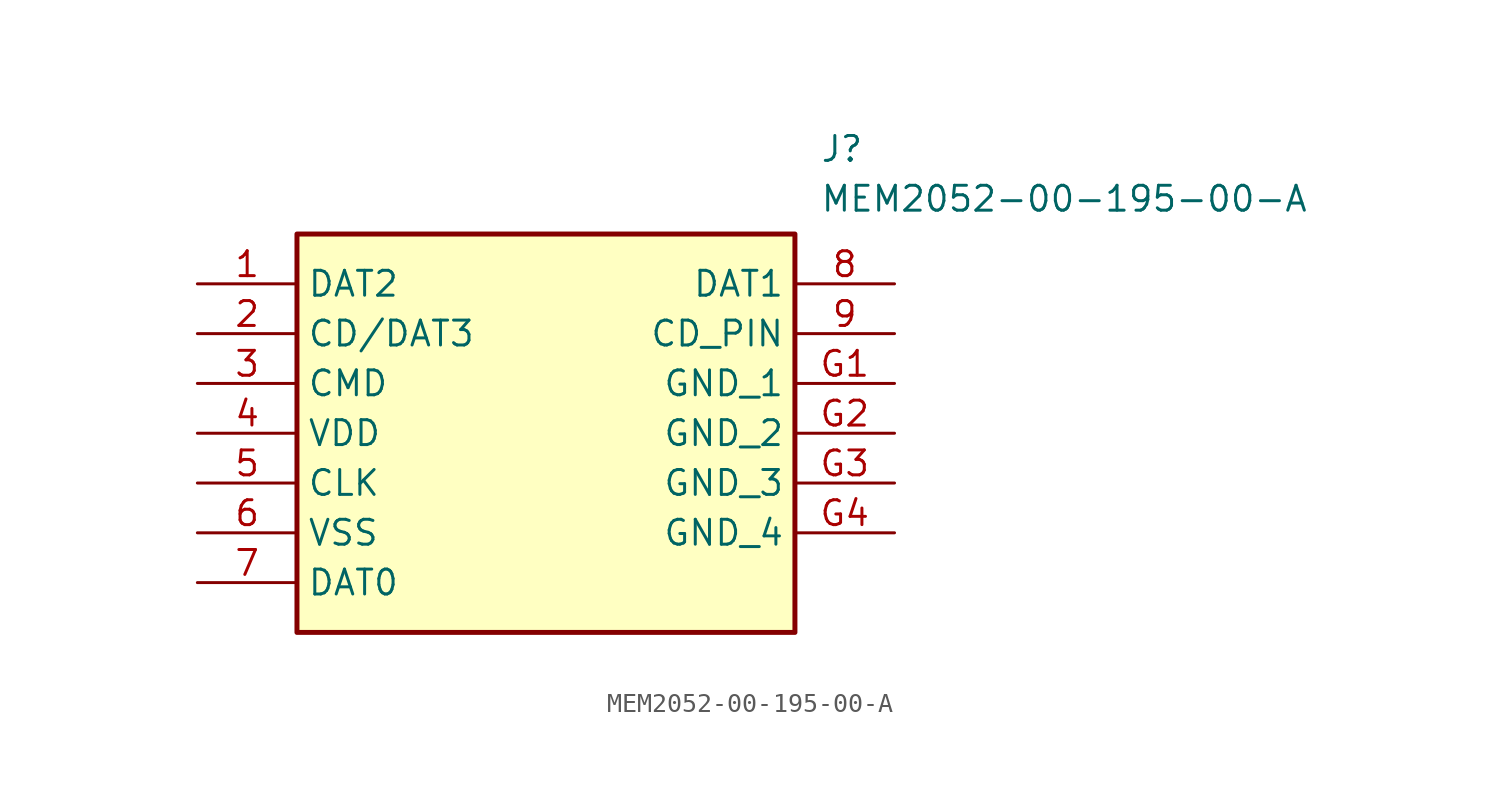
<source format=kicad_sym>
(kicad_symbol_lib
  (version 20211014)
  (generator SamacSys_ECAD_Model)
  (symbol "MEM2052-00-195-00-A"
    (property "Reference" "J"
      (at 31.75 7.62 0)
      (effects (font (size 1.27 1.27)) (justify left top)))
    (property "Value" "MEM2052-00-195-00-A"
      (at 31.75 5.08 0)
      (effects (font (size 1.27 1.27)) (justify left top)))
    (rectangle
      (start 5.08 2.54)
      (end 30.48 -17.78)
      (stroke (width 0.254) (type default))
      (fill (type background)))
    (pin passive line
      (at 0 0 0)
      (length 5.08)
      (name "DAT2" (effects (font (size 1.27 1.27))))
      (number "1" (effects (font (size 1.27 1.27)))))
    (pin passive line
      (at 0 -2.54 0)
      (length 5.08)
      (name "CD/DAT3" (effects (font (size 1.27 1.27))))
      (number "2" (effects (font (size 1.27 1.27)))))
    (pin passive line
      (at 0 -5.08 0)
      (length 5.08)
      (name "CMD" (effects (font (size 1.27 1.27))))
      (number "3" (effects (font (size 1.27 1.27)))))
    (pin passive line
      (at 0 -7.62 0)
      (length 5.08)
      (name "VDD" (effects (font (size 1.27 1.27))))
      (number "4" (effects (font (size 1.27 1.27)))))
    (pin passive line
      (at 0 -10.16 0)
      (length 5.08)
      (name "CLK" (effects (font (size 1.27 1.27))))
      (number "5" (effects (font (size 1.27 1.27)))))
    (pin passive line
      (at 0 -12.7 0)
      (length 5.08)
      (name "VSS" (effects (font (size 1.27 1.27))))
      (number "6" (effects (font (size 1.27 1.27)))))
    (pin passive line
      (at 0 -15.24 0)
      (length 5.08)
      (name "DAT0" (effects (font (size 1.27 1.27))))
      (number "7" (effects (font (size 1.27 1.27)))))
    (pin passive line
      (at 35.56 0 180)
      (length 5.08)
      (name "DAT1" (effects (font (size 1.27 1.27))))
      (number "8" (effects (font (size 1.27 1.27)))))
    (pin passive line
      (at 35.56 -2.54 180)
      (length 5.08)
      (name "CD_PIN" (effects (font (size 1.27 1.27))))
      (number "9" (effects (font (size 1.27 1.27)))))
    (pin passive line
      (at 35.56 -5.08 180)
      (length 5.08)
      (name "GND_1" (effects (font (size 1.27 1.27))))
      (number "G1" (effects (font (size 1.27 1.27)))))
    (pin passive line
      (at 35.56 -7.62 180)
      (length 5.08)
      (name "GND_2" (effects (font (size 1.27 1.27))))
      (number "G2" (effects (font (size 1.27 1.27)))))
    (pin passive line
      (at 35.56 -10.16 180)
      (length 5.08)
      (name "GND_3" (effects (font (size 1.27 1.27))))
      (number "G3" (effects (font (size 1.27 1.27)))))
    (pin passive line
      (at 35.56 -12.7 180)
      (length 5.08)
      (name "GND_4" (effects (font (size 1.27 1.27))))
      (number "G4" (effects (font (size 1.27 1.27)))))))
</source>
